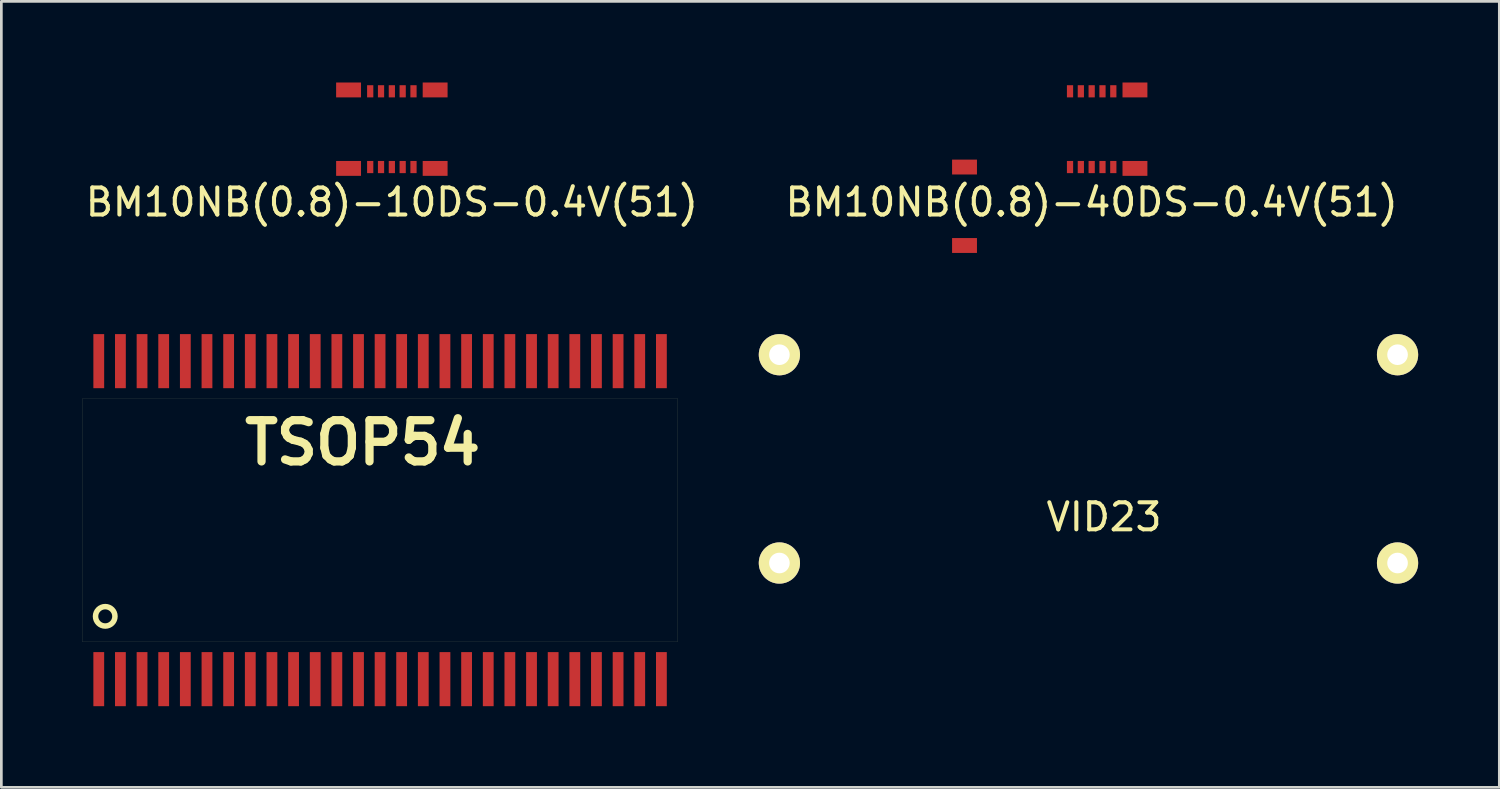
<source format=kicad_pcb>
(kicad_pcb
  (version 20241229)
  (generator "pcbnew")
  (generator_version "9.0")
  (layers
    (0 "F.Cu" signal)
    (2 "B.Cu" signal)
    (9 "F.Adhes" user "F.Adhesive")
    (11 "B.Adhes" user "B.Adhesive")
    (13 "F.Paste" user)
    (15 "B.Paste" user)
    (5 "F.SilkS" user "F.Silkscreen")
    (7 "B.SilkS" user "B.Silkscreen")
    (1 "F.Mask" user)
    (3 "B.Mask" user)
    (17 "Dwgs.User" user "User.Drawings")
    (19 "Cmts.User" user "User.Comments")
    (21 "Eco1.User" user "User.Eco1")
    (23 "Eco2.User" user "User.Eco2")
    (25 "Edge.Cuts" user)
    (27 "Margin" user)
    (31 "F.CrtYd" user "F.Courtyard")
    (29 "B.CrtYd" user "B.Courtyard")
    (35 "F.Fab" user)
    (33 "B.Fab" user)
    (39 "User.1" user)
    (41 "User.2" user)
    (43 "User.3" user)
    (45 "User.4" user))
  (footprint "BM10NB(0.8)-10DS-0.4V(51)"
    (layer "F.Cu")
    (at 11.435 1.725)
    (property "Reference" "BM10NB(0.8)-10DS-0.4V(51)" (at 0 2.7 0) (layer "F.SilkS") (effects (font (size 1 1) (thickness 0.15))))
    (attr through_hole)
    (pad "" connect rect (at -1.6 -1.45) (size 0.92 0.55) (layers "F.Cu" "F.Mask"))
    (pad "" connect rect (at -1.6 1.45) (size 0.92 0.55) (layers "F.Cu" "F.Mask"))
    (pad "" connect rect (at 1.6 -1.45) (size 0.92 0.55) (layers "F.Cu" "F.Mask"))
    (pad "" connect rect (at 1.6 1.45) (size 0.92 0.55) (layers "F.Cu" "F.Mask"))
    (pad "1" connect rect (at -0.8 1.4) (size 0.23 0.45) (layers "F.Cu" "F.Mask"))
    (pad "2" connect rect (at -0.4 1.4) (size 0.23 0.45) (layers "F.Cu" "F.Mask"))
    (pad "3" connect rect (at 0 1.4) (size 0.23 0.45) (layers "F.Cu" "F.Mask"))
    (pad "4" connect rect (at 0.4 1.4) (size 0.23 0.45) (layers "F.Cu" "F.Mask"))
    (pad "5" connect rect (at 0.8 1.4) (size 0.23 0.45) (layers "F.Cu" "F.Mask"))
    (pad "6" connect rect (at 0.8 -1.4) (size 0.23 0.45) (layers "F.Cu" "F.Mask"))
    (pad "7" connect rect (at 0.4 -1.4) (size 0.23 0.45) (layers "F.Cu" "F.Mask"))
    (pad "8" connect rect (at 0 -1.4) (size 0.23 0.45) (layers "F.Cu" "F.Mask"))
    (pad "9" connect rect (at -0.4 -1.4) (size 0.23 0.45) (layers "F.Cu" "F.Mask"))
    (pad "10" connect rect (at -0.8 -1.4) (size 0.23 0.45) (layers "F.Cu" "F.Mask")))
  (footprint "TSOP54"
    (layer "F.Cu")
    (at 0.601 22.055)
    (property "Reference" "TSOP54" (at 9.754 -8.738 0) (layer "F.SilkS") (effects (font (size 1.524 1.524) (thickness 0.305))))
    (attr through_hole)
    (fp_line (start -0.599 -10.376) (end -0.599 -1.379) (stroke (width 0.003) (type solid)) (layer "F.SilkS"))
    (fp_line (start -0.599 -10.376) (end 21.397 -10.376) (stroke (width 0.003) (type solid)) (layer "F.SilkS"))
    (fp_line (start -0.599 -1.379) (end -0.599 -1.379) (stroke (width 0.003) (type solid)) (layer "F.SilkS"))
    (fp_line (start -0.599 -1.379) (end -0.599 -1.379) (stroke (width 0.003) (type solid)) (layer "F.SilkS"))
    (fp_line (start -0.599 -1.379) (end 21.397 -1.379) (stroke (width 0.003) (type solid)) (layer "F.SilkS"))
    (fp_line (start 21.397 -10.376) (end 21.397 -1.379) (stroke (width 0.003) (type solid)) (layer "F.SilkS"))
    (fp_circle (center 0.239 -2.322) (end 0.493 -2.576) (stroke (width 0.203) (type solid)) (fill no) (layer "F.SilkS"))
    (pad "1" smd rect (at 0 0 180) (size 0.399 1.999) (layers "F.Cu" "F.Mask" "F.Paste"))
    (pad "2" smd rect (at 0.8 0 180) (size 0.399 1.999) (layers "F.Cu" "F.Mask" "F.Paste"))
    (pad "3" smd rect (at 1.6 0 180) (size 0.399 1.999) (layers "F.Cu" "F.Mask" "F.Paste"))
    (pad "4" smd rect (at 2.4 0 180) (size 0.399 1.999) (layers "F.Cu" "F.Mask" "F.Paste"))
    (pad "5" smd rect (at 3.2 0 180) (size 0.399 1.999) (layers "F.Cu" "F.Mask" "F.Paste"))
    (pad "6" smd rect (at 4 0 180) (size 0.399 1.999) (layers "F.Cu" "F.Mask" "F.Paste"))
    (pad "7" smd rect (at 4.801 0 180) (size 0.399 1.999) (layers "F.Cu" "F.Mask" "F.Paste"))
    (pad "8" smd rect (at 5.601 0 180) (size 0.399 1.999) (layers "F.Cu" "F.Mask" "F.Paste"))
    (pad "9" smd rect (at 6.401 0 180) (size 0.399 1.999) (layers "F.Cu" "F.Mask" "F.Paste"))
    (pad "10" smd rect (at 7.201 0 180) (size 0.399 1.999) (layers "F.Cu" "F.Mask" "F.Paste"))
    (pad "11" smd rect (at 8.001 0 180) (size 0.399 1.999) (layers "F.Cu" "F.Mask" "F.Paste"))
    (pad "12" smd rect (at 8.801 0 180) (size 0.399 1.999) (layers "F.Cu" "F.Mask" "F.Paste"))
    (pad "13" smd rect (at 9.601 0 180) (size 0.399 1.999) (layers "F.Cu" "F.Mask" "F.Paste"))
    (pad "14" smd rect (at 10.399 0 180) (size 0.399 1.999) (layers "F.Cu" "F.Mask" "F.Paste"))
    (pad "15" smd rect (at 11.196 0 180) (size 0.399 1.999) (layers "F.Cu" "F.Mask" "F.Paste"))
    (pad "16" smd rect (at 11.996 0 180) (size 0.399 1.999) (layers "F.Cu" "F.Mask" "F.Paste"))
    (pad "17" smd rect (at 12.797 0 180) (size 0.399 1.999) (layers "F.Cu" "F.Mask" "F.Paste"))
    (pad "18" smd rect (at 13.597 0 180) (size 0.399 1.999) (layers "F.Cu" "F.Mask" "F.Paste"))
    (pad "19" smd rect (at 14.397 0 180) (size 0.399 1.999) (layers "F.Cu" "F.Mask" "F.Paste"))
    (pad "20" smd rect (at 15.197 0 180) (size 0.399 1.999) (layers "F.Cu" "F.Mask" "F.Paste"))
    (pad "21" smd rect (at 15.997 0 180) (size 0.399 1.999) (layers "F.Cu" "F.Mask" "F.Paste"))
    (pad "22" smd rect (at 16.797 0 180) (size 0.399 1.999) (layers "F.Cu" "F.Mask" "F.Paste"))
    (pad "23" smd rect (at 17.597 0 180) (size 0.399 1.999) (layers "F.Cu" "F.Mask" "F.Paste"))
    (pad "24" smd rect (at 18.397 0 180) (size 0.399 1.999) (layers "F.Cu" "F.Mask" "F.Paste"))
    (pad "25" smd rect (at 19.197 0 180) (size 0.399 1.999) (layers "F.Cu" "F.Mask" "F.Paste"))
    (pad "26" smd rect (at 19.997 0 180) (size 0.399 1.999) (layers "F.Cu" "F.Mask" "F.Paste"))
    (pad "27" smd rect (at 20.798 0 180) (size 0.399 1.999) (layers "F.Cu" "F.Mask" "F.Paste"))
    (pad "28" smd rect (at 20.798 -11.755) (size 0.399 1.999) (layers "F.Cu" "F.Mask" "F.Paste"))
    (pad "29" smd rect (at 19.997 -11.755) (size 0.399 1.999) (layers "F.Cu" "F.Mask" "F.Paste"))
    (pad "30" smd rect (at 19.197 -11.755) (size 0.399 1.999) (layers "F.Cu" "F.Mask" "F.Paste"))
    (pad "31" smd rect (at 18.397 -11.755) (size 0.399 1.999) (layers "F.Cu" "F.Mask" "F.Paste"))
    (pad "32" smd rect (at 17.597 -11.755) (size 0.399 1.999) (layers "F.Cu" "F.Mask" "F.Paste"))
    (pad "33" smd rect (at 16.797 -11.755) (size 0.399 1.999) (layers "F.Cu" "F.Mask" "F.Paste"))
    (pad "34" smd rect (at 15.997 -11.755) (size 0.399 1.999) (layers "F.Cu" "F.Mask" "F.Paste"))
    (pad "35" smd rect (at 15.197 -11.755) (size 0.399 1.999) (layers "F.Cu" "F.Mask" "F.Paste"))
    (pad "36" smd rect (at 14.397 -11.755) (size 0.399 1.999) (layers "F.Cu" "F.Mask" "F.Paste"))
    (pad "37" smd rect (at 13.597 -11.755) (size 0.399 1.999) (layers "F.Cu" "F.Mask" "F.Paste"))
    (pad "38" smd rect (at 12.797 -11.755) (size 0.399 1.999) (layers "F.Cu" "F.Mask" "F.Paste"))
    (pad "39" smd rect (at 11.996 -11.755) (size 0.399 1.999) (layers "F.Cu" "F.Mask" "F.Paste"))
    (pad "40" smd rect (at 11.196 -11.755) (size 0.399 1.999) (layers "F.Cu" "F.Mask" "F.Paste"))
    (pad "41" smd rect (at 10.399 -11.755) (size 0.399 1.999) (layers "F.Cu" "F.Mask" "F.Paste"))
    (pad "42" smd rect (at 9.601 -11.755) (size 0.399 1.999) (layers "F.Cu" "F.Mask" "F.Paste"))
    (pad "43" smd rect (at 8.801 -11.755) (size 0.399 1.999) (layers "F.Cu" "F.Mask" "F.Paste"))
    (pad "44" smd rect (at 8.001 -11.755) (size 0.399 1.999) (layers "F.Cu" "F.Mask" "F.Paste"))
    (pad "45" smd rect (at 7.201 -11.755) (size 0.399 1.999) (layers "F.Cu" "F.Mask" "F.Paste"))
    (pad "46" smd rect (at 6.401 -11.755) (size 0.399 1.999) (layers "F.Cu" "F.Mask" "F.Paste"))
    (pad "47" smd rect (at 5.601 -11.755) (size 0.399 1.999) (layers "F.Cu" "F.Mask" "F.Paste"))
    (pad "48" smd rect (at 4.801 -11.755) (size 0.399 1.999) (layers "F.Cu" "F.Mask" "F.Paste"))
    (pad "49" smd rect (at 4 -11.755) (size 0.399 1.999) (layers "F.Cu" "F.Mask" "F.Paste"))
    (pad "50" smd rect (at 3.2 -11.755) (size 0.399 1.999) (layers "F.Cu" "F.Mask" "F.Paste"))
    (pad "51" smd rect (at 2.4 -11.755) (size 0.399 1.999) (layers "F.Cu" "F.Mask" "F.Paste"))
    (pad "52" smd rect (at 1.6 -11.755) (size 0.399 1.999) (layers "F.Cu" "F.Mask" "F.Paste"))
    (pad "53" smd rect (at 0.8 -11.755) (size 0.399 1.999) (layers "F.Cu" "F.Mask" "F.Paste"))
    (pad "54" smd rect (at 0 -11.755) (size 0.399 1.999) (layers "F.Cu" "F.Mask" "F.Paste")))
  (footprint "VID23"
    (layer "F.Cu")
    (at 37.761 14.062)
    (property "Reference" "VID23" (at 0 2 0) (layer "F.SilkS") (effects (font (size 1 1) (thickness 0.15))))
    (attr through_hole)
    (pad "1" thru_hole circle (at -12 -4) (size 1.524 1.524) (drill 0.762) (layers "*.Cu" "*.Mask" "F.SilkS"))
    (pad "2" thru_hole circle (at -12 3.7) (size 1.524 1.524) (drill 0.762) (layers "*.Cu" "*.Mask" "F.SilkS"))
    (pad "3" thru_hole circle (at 10.85 3.7) (size 1.524 1.524) (drill 0.762) (layers "*.Cu" "*.Mask" "F.SilkS"))
    (pad "4" thru_hole circle (at 10.85 -4) (size 1.524 1.524) (drill 0.762) (layers "*.Cu" "*.Mask" "F.SilkS")))
  (footprint "BM10NB(0.8)-40DS-0.4V(51)"
    (layer "F.Cu")
    (at 37.304 1.725)
    (property "Reference" "BM10NB(0.8)-40DS-0.4V(51)" (at 0 2.7 0) (layer "F.SilkS") (effects (font (size 1 1) (thickness 0.15))))
    (attr through_hole)
    (pad "" connect rect (at -4.7 1.4) (size 0.92 0.55) (layers "F.Cu" "F.Mask"))
    (pad "" connect rect (at -4.7 4.3) (size 0.92 0.55) (layers "F.Cu" "F.Mask"))
    (pad "" connect rect (at 1.6 -1.45) (size 0.92 0.55) (layers "F.Cu" "F.Mask"))
    (pad "" connect rect (at 1.6 1.45) (size 0.92 0.55) (layers "F.Cu" "F.Mask"))
    (pad "1" connect rect (at -0.8 1.4) (size 0.23 0.45) (layers "F.Cu" "F.Mask"))
    (pad "2" connect rect (at -0.4 1.4) (size 0.23 0.45) (layers "F.Cu" "F.Mask"))
    (pad "3" connect rect (at 0 1.4) (size 0.23 0.45) (layers "F.Cu" "F.Mask"))
    (pad "4" connect rect (at 0.4 1.4) (size 0.23 0.45) (layers "F.Cu" "F.Mask"))
    (pad "5" connect rect (at 0.8 1.4) (size 0.23 0.45) (layers "F.Cu" "F.Mask"))
    (pad "6" connect rect (at 0.8 -1.4) (size 0.23 0.45) (layers "F.Cu" "F.Mask"))
    (pad "7" connect rect (at 0.4 -1.4) (size 0.23 0.45) (layers "F.Cu" "F.Mask"))
    (pad "8" connect rect (at 0 -1.4) (size 0.23 0.45) (layers "F.Cu" "F.Mask"))
    (pad "9" connect rect (at -0.4 -1.4) (size 0.23 0.45) (layers "F.Cu" "F.Mask"))
    (pad "10" connect rect (at -0.8 -1.4) (size 0.23 0.45) (layers "F.Cu" "F.Mask")))
  (gr_rect
    (start -3 -3)
    (end 52.373 26.054)
    (stroke (width 0.1) (type default))
    (fill no)
    (layer "Edge.Cuts")))
</source>
